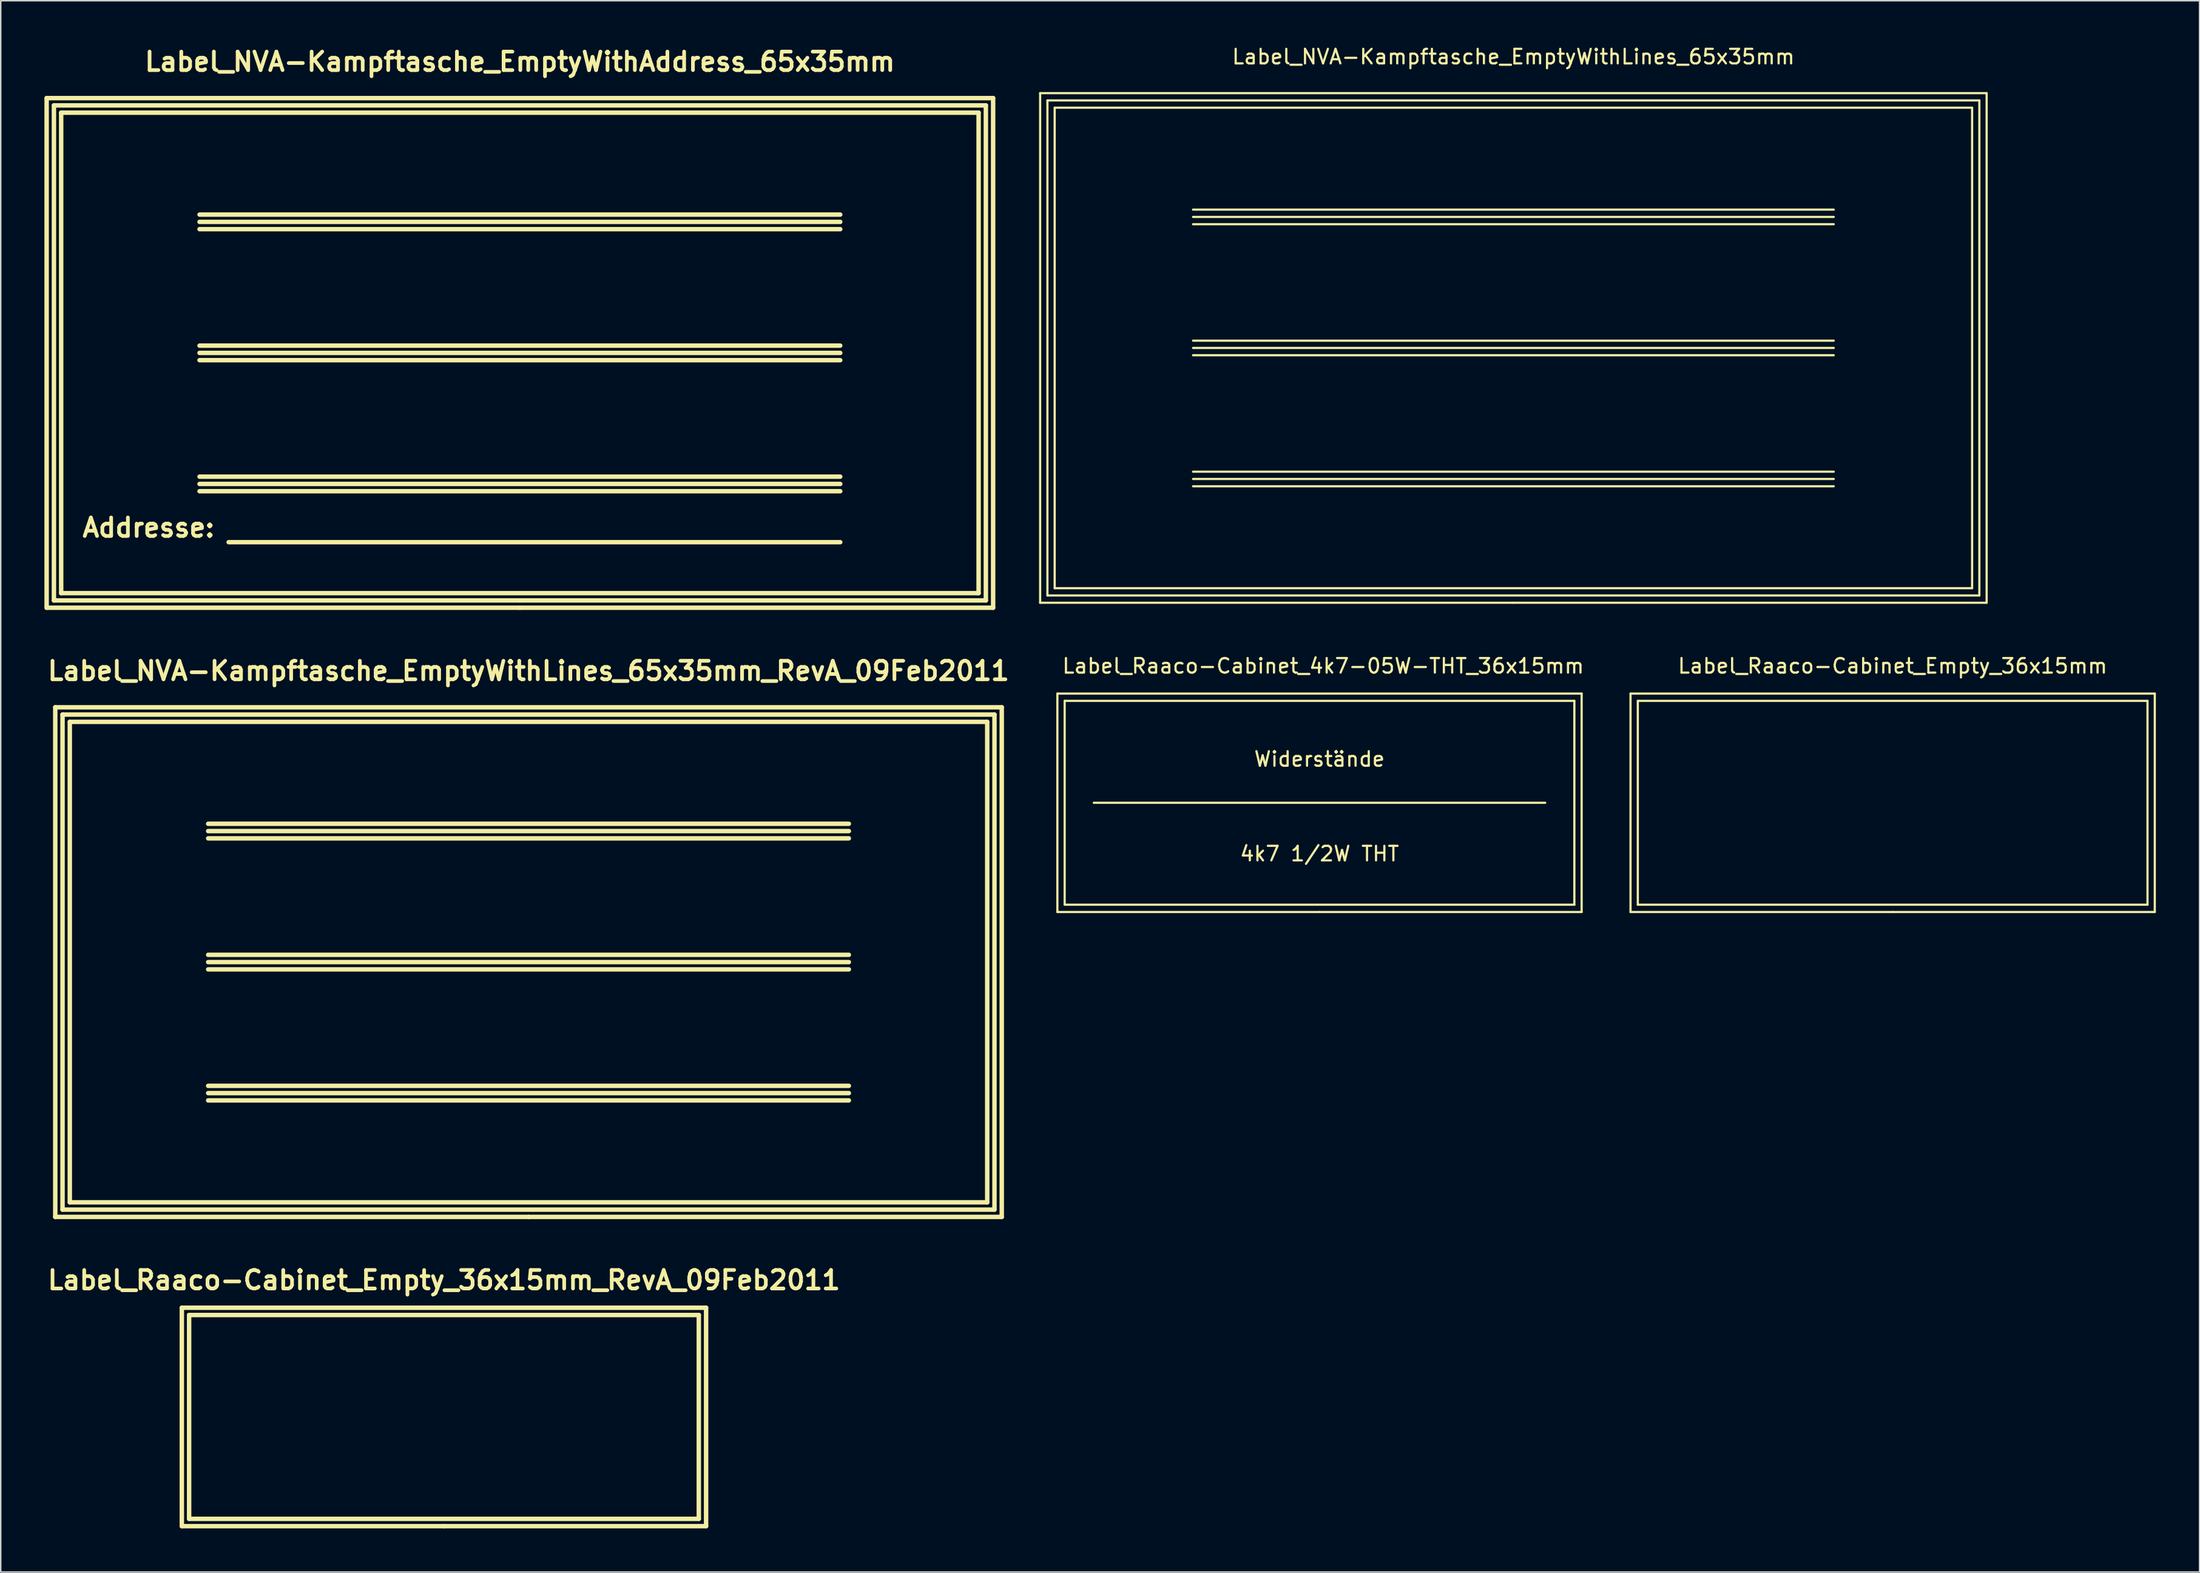
<source format=kicad_pcb>
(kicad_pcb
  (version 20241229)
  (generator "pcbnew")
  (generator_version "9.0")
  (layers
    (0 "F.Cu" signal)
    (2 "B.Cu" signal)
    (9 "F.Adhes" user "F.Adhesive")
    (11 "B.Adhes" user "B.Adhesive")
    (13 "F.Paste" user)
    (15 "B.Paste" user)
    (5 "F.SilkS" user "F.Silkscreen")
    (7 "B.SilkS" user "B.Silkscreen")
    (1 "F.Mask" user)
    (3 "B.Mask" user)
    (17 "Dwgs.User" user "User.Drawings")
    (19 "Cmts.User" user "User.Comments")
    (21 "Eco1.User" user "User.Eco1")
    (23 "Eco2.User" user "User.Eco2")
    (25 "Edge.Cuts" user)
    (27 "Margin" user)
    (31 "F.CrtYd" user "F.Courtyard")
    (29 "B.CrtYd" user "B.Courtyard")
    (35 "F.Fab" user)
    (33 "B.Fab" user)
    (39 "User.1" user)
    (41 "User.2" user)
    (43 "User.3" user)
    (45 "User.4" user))
  (footprint "Label_Raaco-Cabinet_Empty_36x15mm_RevA_09Feb2011"
    (layer "F.Cu")
    (at 27.438 94.27)
    (property "Reference" "Label_Raaco-Cabinet_Empty_36x15mm_RevA_09Feb2011" (at 0 -9.398 0) (layer "F.SilkS") (effects (font (size 1.27 1.27) (thickness 0.254))))
    (attr through_hole)
    (fp_line (start -18.001 -7.501) (end -18.001 7.501) (stroke (width 0.305) (type solid)) (layer "F.SilkS"))
    (fp_line (start -18.001 7.501) (end 0 7.501) (stroke (width 0.305) (type solid)) (layer "F.SilkS"))
    (fp_line (start -17.501 -7) (end 17.501 -7) (stroke (width 0.305) (type solid)) (layer "F.SilkS"))
    (fp_line (start -17.501 7) (end -17.501 -7) (stroke (width 0.305) (type solid)) (layer "F.SilkS"))
    (fp_line (start 0 7.501) (end 18.001 7.501) (stroke (width 0.305) (type solid)) (layer "F.SilkS"))
    (fp_line (start 17.501 -7) (end 17.501 7) (stroke (width 0.305) (type solid)) (layer "F.SilkS"))
    (fp_line (start 17.501 7) (end -17.501 7) (stroke (width 0.305) (type solid)) (layer "F.SilkS"))
    (fp_line (start 18.001 -7.501) (end -18.001 -7.501) (stroke (width 0.305) (type solid)) (layer "F.SilkS"))
    (fp_line (start 18.001 7.501) (end 18.001 -7.501) (stroke (width 0.305) (type solid)) (layer "F.SilkS")))
  (footprint "Label_Raaco-Cabinet_Empty_36x15mm"
    (layer "F.Cu")
    (at 126.923 52.088)
    (property "Reference" "Label_Raaco-Cabinet_Empty_36x15mm" (at 0 -9.398 0) (layer "F.SilkS") (effects (font (size 1 1) (thickness 0.15))))
    (attr through_hole)
    (fp_line (start -18.001 -7.501) (end -18.001 7.501) (stroke (width 0.15) (type solid)) (layer "F.SilkS"))
    (fp_line (start -18.001 7.501) (end 0 7.501) (stroke (width 0.15) (type solid)) (layer "F.SilkS"))
    (fp_line (start -17.501 -7) (end 17.501 -7) (stroke (width 0.15) (type solid)) (layer "F.SilkS"))
    (fp_line (start -17.501 7) (end -17.501 -7) (stroke (width 0.15) (type solid)) (layer "F.SilkS"))
    (fp_line (start 0 7.501) (end 18.001 7.501) (stroke (width 0.15) (type solid)) (layer "F.SilkS"))
    (fp_line (start 17.501 -7) (end 17.501 7) (stroke (width 0.15) (type solid)) (layer "F.SilkS"))
    (fp_line (start 17.501 7) (end -17.501 7) (stroke (width 0.15) (type solid)) (layer "F.SilkS"))
    (fp_line (start 18.001 -7.501) (end -18.001 -7.501) (stroke (width 0.15) (type solid)) (layer "F.SilkS"))
    (fp_line (start 18.001 7.501) (end 18.001 -7.501) (stroke (width 0.15) (type solid)) (layer "F.SilkS")))
  (footprint "Label_NVA-Kampftasche_EmptyWithAddress_65x35mm"
    (layer "F.Cu")
    (at 32.652 21.189)
    (property "Reference" "Label_NVA-Kampftasche_EmptyWithAddress_65x35mm" (at 0 -20 0) (layer "F.SilkS") (effects (font (size 1.27 1.27) (thickness 0.254))))
    (attr through_hole)
    (fp_line (start -32.499 -17.501) (end -32.499 17.501) (stroke (width 0.305) (type solid)) (layer "F.SilkS"))
    (fp_line (start -32.499 17.501) (end 0 17.501) (stroke (width 0.305) (type solid)) (layer "F.SilkS"))
    (fp_line (start -31.999 -17) (end 31.999 -17) (stroke (width 0.305) (type solid)) (layer "F.SilkS"))
    (fp_line (start -31.999 17) (end -31.999 -17) (stroke (width 0.305) (type solid)) (layer "F.SilkS"))
    (fp_line (start -31.501 -16.5) (end 31.501 -16.5) (stroke (width 0.305) (type solid)) (layer "F.SilkS"))
    (fp_line (start -31.501 16.5) (end -31.501 -16.5) (stroke (width 0.305) (type solid)) (layer "F.SilkS"))
    (fp_line (start -21.999 -8.999) (end 21.999 -8.999) (stroke (width 0.305) (type solid)) (layer "F.SilkS"))
    (fp_line (start -21.999 -8.499) (end 21.999 -8.499) (stroke (width 0.305) (type solid)) (layer "F.SilkS"))
    (fp_line (start -21.999 -0.5) (end 21.999 -0.5) (stroke (width 0.305) (type solid)) (layer "F.SilkS"))
    (fp_line (start -21.999 0) (end 21.999 0) (stroke (width 0.305) (type solid)) (layer "F.SilkS"))
    (fp_line (start -21.999 0.5) (end 21.999 0.5) (stroke (width 0.305) (type solid)) (layer "F.SilkS"))
    (fp_line (start -21.999 8.499) (end 21.999 8.499) (stroke (width 0.305) (type solid)) (layer "F.SilkS"))
    (fp_line (start -20 13) (end 21.999 13) (stroke (width 0.305) (type solid)) (layer "F.SilkS"))
    (fp_line (start 0 17.501) (end 32.499 17.501) (stroke (width 0.305) (type solid)) (layer "F.SilkS"))
    (fp_line (start 21.999 -9.5) (end -21.999 -9.5) (stroke (width 0.305) (type solid)) (layer "F.SilkS"))
    (fp_line (start 21.999 8.999) (end -21.999 8.999) (stroke (width 0.305) (type solid)) (layer "F.SilkS"))
    (fp_line (start 21.999 9.5) (end -21.999 9.5) (stroke (width 0.305) (type solid)) (layer "F.SilkS"))
    (fp_line (start 31.501 -16.5) (end 31.501 16.5) (stroke (width 0.305) (type solid)) (layer "F.SilkS"))
    (fp_line (start 31.501 16.5) (end -31.501 16.5) (stroke (width 0.305) (type solid)) (layer "F.SilkS"))
    (fp_line (start 31.999 -17) (end 31.999 17) (stroke (width 0.305) (type solid)) (layer "F.SilkS"))
    (fp_line (start 31.999 17) (end -31.999 17) (stroke (width 0.305) (type solid)) (layer "F.SilkS"))
    (fp_line (start 32.499 -17.501) (end -32.499 -17.501) (stroke (width 0.305) (type solid)) (layer "F.SilkS"))
    (fp_line (start 32.499 17.501) (end 32.499 -17.501) (stroke (width 0.305) (type solid)) (layer "F.SilkS"))
    (fp_text user "Addresse:" (at -25.499 11.999 0) (layer "F.SilkS") (effects (font (size 1.27 1.27) (thickness 0.254)))))
  (footprint "Label_NVA-Kampftasche_EmptyWithLines_65x35mm_RevA_09Feb2011"
    (layer "F.Cu")
    (at 33.244 63.03)
    (property "Reference" "Label_NVA-Kampftasche_EmptyWithLines_65x35mm_RevA_09Feb2011" (at 0 -20 0) (layer "F.SilkS") (effects (font (size 1.27 1.27) (thickness 0.254))))
    (attr through_hole)
    (fp_line (start -32.499 -17.501) (end -32.499 17.501) (stroke (width 0.305) (type solid)) (layer "F.SilkS"))
    (fp_line (start -32.499 17.501) (end 0 17.501) (stroke (width 0.305) (type solid)) (layer "F.SilkS"))
    (fp_line (start -31.999 -17) (end 31.999 -17) (stroke (width 0.305) (type solid)) (layer "F.SilkS"))
    (fp_line (start -31.999 17) (end -31.999 -17) (stroke (width 0.305) (type solid)) (layer "F.SilkS"))
    (fp_line (start -31.501 -16.5) (end 31.501 -16.5) (stroke (width 0.305) (type solid)) (layer "F.SilkS"))
    (fp_line (start -31.501 16.5) (end -31.501 -16.5) (stroke (width 0.305) (type solid)) (layer "F.SilkS"))
    (fp_line (start -21.999 -8.999) (end 21.999 -8.999) (stroke (width 0.305) (type solid)) (layer "F.SilkS"))
    (fp_line (start -21.999 -8.499) (end 21.999 -8.499) (stroke (width 0.305) (type solid)) (layer "F.SilkS"))
    (fp_line (start -21.999 -0.5) (end 21.999 -0.5) (stroke (width 0.305) (type solid)) (layer "F.SilkS"))
    (fp_line (start -21.999 0) (end 21.999 0) (stroke (width 0.305) (type solid)) (layer "F.SilkS"))
    (fp_line (start -21.999 0.5) (end 21.999 0.5) (stroke (width 0.305) (type solid)) (layer "F.SilkS"))
    (fp_line (start -21.999 8.499) (end 21.999 8.499) (stroke (width 0.305) (type solid)) (layer "F.SilkS"))
    (fp_line (start 0 17.501) (end 32.499 17.501) (stroke (width 0.305) (type solid)) (layer "F.SilkS"))
    (fp_line (start 21.999 -9.5) (end -21.999 -9.5) (stroke (width 0.305) (type solid)) (layer "F.SilkS"))
    (fp_line (start 21.999 8.999) (end -21.999 8.999) (stroke (width 0.305) (type solid)) (layer "F.SilkS"))
    (fp_line (start 21.999 9.5) (end -21.999 9.5) (stroke (width 0.305) (type solid)) (layer "F.SilkS"))
    (fp_line (start 31.501 -16.5) (end 31.501 16.5) (stroke (width 0.305) (type solid)) (layer "F.SilkS"))
    (fp_line (start 31.501 16.5) (end -31.501 16.5) (stroke (width 0.305) (type solid)) (layer "F.SilkS"))
    (fp_line (start 31.999 -17) (end 31.999 17) (stroke (width 0.305) (type solid)) (layer "F.SilkS"))
    (fp_line (start 31.999 17) (end -31.999 17) (stroke (width 0.305) (type solid)) (layer "F.SilkS"))
    (fp_line (start 32.499 -17.501) (end -32.499 -17.501) (stroke (width 0.305) (type solid)) (layer "F.SilkS"))
    (fp_line (start 32.499 17.501) (end 32.499 -17.501) (stroke (width 0.305) (type solid)) (layer "F.SilkS")))
  (footprint "Label_Raaco-Cabinet_4k7-05W-THT_36x15mm"
    (layer "F.Cu")
    (at 87.564 52.088)
    (property "Reference" "Label_Raaco-Cabinet_4k7-05W-THT_36x15mm" (at 0.254 -9.398 0) (layer "F.SilkS") (effects (font (size 1 1) (thickness 0.15))))
    (attr through_hole)
    (fp_line (start -18.001 -7.501) (end -18.001 7.501) (stroke (width 0.15) (type solid)) (layer "F.SilkS"))
    (fp_line (start -18.001 7.501) (end 0 7.501) (stroke (width 0.15) (type solid)) (layer "F.SilkS"))
    (fp_line (start -17.501 -7) (end 17.501 -7) (stroke (width 0.15) (type solid)) (layer "F.SilkS"))
    (fp_line (start -17.501 7) (end -17.501 -7) (stroke (width 0.15) (type solid)) (layer "F.SilkS"))
    (fp_line (start -15.499 0) (end 15.499 0) (stroke (width 0.15) (type solid)) (layer "F.SilkS"))
    (fp_line (start 0 7.501) (end 18.001 7.501) (stroke (width 0.15) (type solid)) (layer "F.SilkS"))
    (fp_line (start 17.501 -7) (end 17.501 7) (stroke (width 0.15) (type solid)) (layer "F.SilkS"))
    (fp_line (start 17.501 7) (end -17.501 7) (stroke (width 0.15) (type solid)) (layer "F.SilkS"))
    (fp_line (start 18.001 -7.501) (end -18.001 -7.501) (stroke (width 0.15) (type solid)) (layer "F.SilkS"))
    (fp_line (start 18.001 7.501) (end 18.001 -7.501) (stroke (width 0.15) (type solid)) (layer "F.SilkS"))
    (fp_text user "4k7 1/2W THT" (at 0 3.5 0) (layer "F.SilkS") (effects (font (size 1 1) (thickness 0.15))))
    (fp_text user "Widerstände" (at 0 -3 0) (layer "F.SilkS") (effects (font (size 1 1) (thickness 0.15)))))
  (footprint "Label_NVA-Kampftasche_EmptyWithLines_65x35mm"
    (layer "F.Cu")
    (at 100.878 20.848)
    (property "Reference" "Label_NVA-Kampftasche_EmptyWithLines_65x35mm" (at 0 -20 0) (layer "F.SilkS") (effects (font (size 1 1) (thickness 0.15))))
    (attr through_hole)
    (fp_line (start -32.499 -17.501) (end -32.499 17.501) (stroke (width 0.15) (type solid)) (layer "F.SilkS"))
    (fp_line (start -32.499 17.501) (end 0 17.501) (stroke (width 0.15) (type solid)) (layer "F.SilkS"))
    (fp_line (start -31.999 -17) (end 31.999 -17) (stroke (width 0.15) (type solid)) (layer "F.SilkS"))
    (fp_line (start -31.999 17) (end -31.999 -17) (stroke (width 0.15) (type solid)) (layer "F.SilkS"))
    (fp_line (start -31.501 -16.5) (end 31.501 -16.5) (stroke (width 0.15) (type solid)) (layer "F.SilkS"))
    (fp_line (start -31.501 16.5) (end -31.501 -16.5) (stroke (width 0.15) (type solid)) (layer "F.SilkS"))
    (fp_line (start -21.999 -8.999) (end 21.999 -8.999) (stroke (width 0.15) (type solid)) (layer "F.SilkS"))
    (fp_line (start -21.999 -8.499) (end 21.999 -8.499) (stroke (width 0.15) (type solid)) (layer "F.SilkS"))
    (fp_line (start -21.999 -0.5) (end 21.999 -0.5) (stroke (width 0.15) (type solid)) (layer "F.SilkS"))
    (fp_line (start -21.999 0) (end 21.999 0) (stroke (width 0.15) (type solid)) (layer "F.SilkS"))
    (fp_line (start -21.999 0.5) (end 21.999 0.5) (stroke (width 0.15) (type solid)) (layer "F.SilkS"))
    (fp_line (start -21.999 8.499) (end 21.999 8.499) (stroke (width 0.15) (type solid)) (layer "F.SilkS"))
    (fp_line (start 0 17.501) (end 32.499 17.501) (stroke (width 0.15) (type solid)) (layer "F.SilkS"))
    (fp_line (start 21.999 -9.5) (end -21.999 -9.5) (stroke (width 0.15) (type solid)) (layer "F.SilkS"))
    (fp_line (start 21.999 8.999) (end -21.999 8.999) (stroke (width 0.15) (type solid)) (layer "F.SilkS"))
    (fp_line (start 21.999 9.5) (end -21.999 9.5) (stroke (width 0.15) (type solid)) (layer "F.SilkS"))
    (fp_line (start 31.501 -16.5) (end 31.501 16.5) (stroke (width 0.15) (type solid)) (layer "F.SilkS"))
    (fp_line (start 31.501 16.5) (end -31.501 16.5) (stroke (width 0.15) (type solid)) (layer "F.SilkS"))
    (fp_line (start 31.999 -17) (end 31.999 17) (stroke (width 0.15) (type solid)) (layer "F.SilkS"))
    (fp_line (start 31.999 17) (end -31.999 17) (stroke (width 0.15) (type solid)) (layer "F.SilkS"))
    (fp_line (start 32.499 -17.501) (end -32.499 -17.501) (stroke (width 0.15) (type solid)) (layer "F.SilkS"))
    (fp_line (start 32.499 17.501) (end 32.499 -17.501) (stroke (width 0.15) (type solid)) (layer "F.SilkS")))
  (gr_rect
    (start -3 -3)
    (end 147.999 104.923)
    (stroke (width 0.1) (type default))
    (fill no)
    (layer "Edge.Cuts")))
</source>
